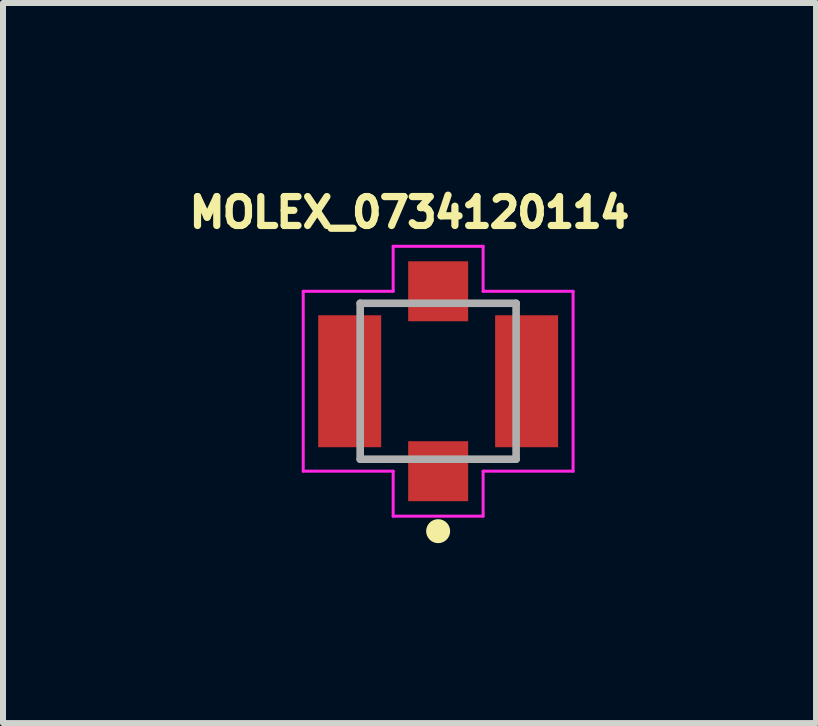
<source format=kicad_pcb>
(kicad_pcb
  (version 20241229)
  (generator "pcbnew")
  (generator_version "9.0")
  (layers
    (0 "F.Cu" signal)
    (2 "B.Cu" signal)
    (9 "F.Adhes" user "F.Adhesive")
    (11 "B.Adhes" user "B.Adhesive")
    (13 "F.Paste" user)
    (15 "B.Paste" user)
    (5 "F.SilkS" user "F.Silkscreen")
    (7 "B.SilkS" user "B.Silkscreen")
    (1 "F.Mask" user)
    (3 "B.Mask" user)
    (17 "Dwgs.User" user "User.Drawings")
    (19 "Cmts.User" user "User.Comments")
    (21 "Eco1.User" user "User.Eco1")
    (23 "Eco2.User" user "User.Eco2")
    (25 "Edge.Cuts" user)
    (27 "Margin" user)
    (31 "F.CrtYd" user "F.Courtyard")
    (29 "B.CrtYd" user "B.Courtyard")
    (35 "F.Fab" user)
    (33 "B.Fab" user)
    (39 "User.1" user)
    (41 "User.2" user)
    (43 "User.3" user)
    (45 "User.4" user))
  (footprint "MOLEX_0734120114"
    (layer "F.Cu")
    (at 4.256 3.307)
    (property "Reference" "MOLEX_0734120114" (at -0.478 -2.814 0) (layer "F.SilkS") (effects (font (size 0.482 0.482) (thickness 0.15))))
    (attr smd)
    (fp_poly (pts (xy -2.104 -1.2) (xy -0.85 -1.2) (xy -0.85 1.202) (xy -2.104 1.202)) (stroke (width 0.01) (type solid)) (fill yes) (layer "B.Mask"))
    (fp_poly (pts (xy -0.601 -2.1) (xy 0.6 -2.1) (xy 0.6 -0.901) (xy -0.601 -0.901)) (stroke (width 0.01) (type solid)) (fill yes) (layer "B.Mask"))
    (fp_poly (pts (xy 0.851 -1.2) (xy 2.1 -1.2) (xy 2.1 1.201) (xy 0.851 1.201)) (stroke (width 0.01) (type solid)) (fill yes) (layer "B.Mask"))
    (fp_circle (center 0 2.5) (end 0.1 2.5) (stroke (width 0.2) (type solid)) (fill no) (layer "F.SilkS"))
    (fp_line (start -2.25 -1.5) (end -2.25 1.5) (stroke (width 0.05) (type solid)) (layer "F.CrtYd"))
    (fp_line (start -2.25 1.5) (end -0.75 1.5) (stroke (width 0.05) (type solid)) (layer "F.CrtYd"))
    (fp_line (start -0.75 -2.25) (end -0.75 -1.5) (stroke (width 0.05) (type solid)) (layer "F.CrtYd"))
    (fp_line (start -0.75 -1.5) (end -2.25 -1.5) (stroke (width 0.05) (type solid)) (layer "F.CrtYd"))
    (fp_line (start -0.75 1.5) (end -0.75 2.25) (stroke (width 0.05) (type solid)) (layer "F.CrtYd"))
    (fp_line (start -0.75 2.25) (end 0.75 2.25) (stroke (width 0.05) (type solid)) (layer "F.CrtYd"))
    (fp_line (start 0.75 -2.25) (end -0.75 -2.25) (stroke (width 0.05) (type solid)) (layer "F.CrtYd"))
    (fp_line (start 0.75 -1.5) (end 0.75 -2.25) (stroke (width 0.05) (type solid)) (layer "F.CrtYd"))
    (fp_line (start 0.75 1.5) (end 2.25 1.5) (stroke (width 0.05) (type solid)) (layer "F.CrtYd"))
    (fp_line (start 0.75 2.25) (end 0.75 1.5) (stroke (width 0.05) (type solid)) (layer "F.CrtYd"))
    (fp_line (start 2.25 -1.5) (end 0.75 -1.5) (stroke (width 0.05) (type solid)) (layer "F.CrtYd"))
    (fp_line (start 2.25 1.5) (end 2.25 -1.5) (stroke (width 0.05) (type solid)) (layer "F.CrtYd"))
    (fp_line (start -1.3 -1.3) (end -1.3 1.3) (stroke (width 0.127) (type solid)) (layer "F.Fab"))
    (fp_line (start -1.3 1.3) (end 1.3 1.3) (stroke (width 0.127) (type solid)) (layer "F.Fab"))
    (fp_line (start 1.3 -1.3) (end -1.3 -1.3) (stroke (width 0.127) (type solid)) (layer "F.Fab"))
    (fp_line (start 1.3 1.3) (end 1.3 -1.3) (stroke (width 0.127) (type solid)) (layer "F.Fab"))
    (pad "1" smd rect (at 0 1.5) (size 1 1) (layers "F.Cu" "F.Mask" "F.Paste"))
    (pad "2" smd rect (at -1.475 0) (size 1.05 2.2) (layers "F.Cu" "F.Mask" "F.Paste"))
    (pad "3" smd rect (at 0 -1.5) (size 1 1) (layers "F.Cu" "F.Mask" "F.Paste"))
    (pad "4" smd rect (at 1.475 0) (size 1.05 2.2) (layers "F.Cu" "F.Mask" "F.Paste")))
  (gr_rect
    (start -3 -3)
    (end 10.557 9.007)
    (stroke (width 0.1) (type default))
    (fill no)
    (layer "Edge.Cuts")))
</source>
